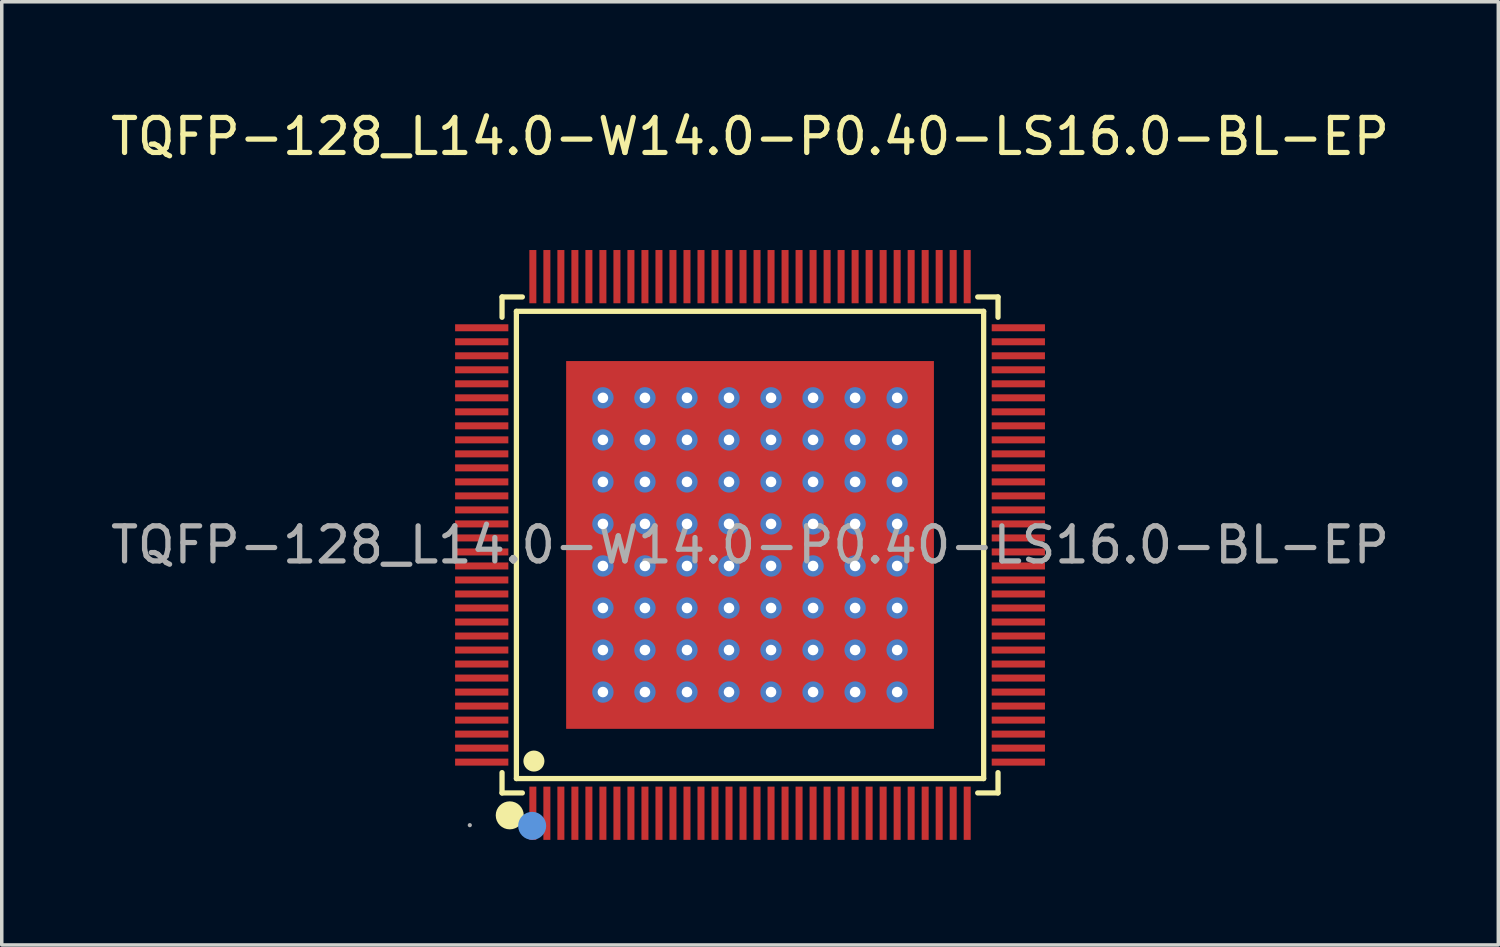
<source format=kicad_pcb>
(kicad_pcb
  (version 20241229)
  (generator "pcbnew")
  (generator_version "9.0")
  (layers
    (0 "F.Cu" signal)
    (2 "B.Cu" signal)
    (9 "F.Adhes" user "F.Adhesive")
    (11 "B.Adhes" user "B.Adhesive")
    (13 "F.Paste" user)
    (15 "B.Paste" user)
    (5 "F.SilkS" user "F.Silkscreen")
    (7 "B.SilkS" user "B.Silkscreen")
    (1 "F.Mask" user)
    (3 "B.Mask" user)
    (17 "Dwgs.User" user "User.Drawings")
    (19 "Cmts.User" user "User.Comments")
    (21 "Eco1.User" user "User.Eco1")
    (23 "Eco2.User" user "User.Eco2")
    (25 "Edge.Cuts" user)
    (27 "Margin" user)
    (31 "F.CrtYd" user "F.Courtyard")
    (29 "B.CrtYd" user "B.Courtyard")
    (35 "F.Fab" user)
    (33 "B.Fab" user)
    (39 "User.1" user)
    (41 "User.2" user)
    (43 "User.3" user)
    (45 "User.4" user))
  (footprint "TQFP-128_L14.0-W14.0-P0.40-LS16.0-BL-EP"
    (layer "F.Cu")
    (at 18.363 12.508)
    (property "Reference" "TQFP-128_L14.0-W14.0-P0.40-LS16.0-BL-EP" (at 0 -11.66 0) (layer "F.SilkS") (effects (font (size 1 1) (thickness 0.15))))
    (attr smd)
    (fp_line (start -7.08 -7.08) (end -6.5 -7.08) (stroke (width 0.15) (type solid)) (layer "F.SilkS"))
    (fp_line (start -7.08 -6.5) (end -7.08 -7.08) (stroke (width 0.15) (type solid)) (layer "F.SilkS"))
    (fp_line (start -7.08 6.5) (end -7.08 7.08) (stroke (width 0.15) (type solid)) (layer "F.SilkS"))
    (fp_line (start -7.08 7.08) (end -6.5 7.08) (stroke (width 0.15) (type solid)) (layer "F.SilkS"))
    (fp_line (start -6.67 -6.67) (end 6.67 -6.67) (stroke (width 0.15) (type solid)) (layer "F.SilkS"))
    (fp_line (start -6.67 6.67) (end -6.67 -6.67) (stroke (width 0.15) (type solid)) (layer "F.SilkS"))
    (fp_line (start 6.67 -6.67) (end 6.67 6.67) (stroke (width 0.15) (type solid)) (layer "F.SilkS"))
    (fp_line (start 6.67 6.67) (end -6.67 6.67) (stroke (width 0.15) (type solid)) (layer "F.SilkS"))
    (fp_line (start 7.08 -7.08) (end 6.5 -7.08) (stroke (width 0.15) (type solid)) (layer "F.SilkS"))
    (fp_line (start 7.08 -6.5) (end 7.08 -7.08) (stroke (width 0.15) (type solid)) (layer "F.SilkS"))
    (fp_line (start 7.08 6.5) (end 7.08 7.08) (stroke (width 0.15) (type solid)) (layer "F.SilkS"))
    (fp_line (start 7.08 7.08) (end 6.5 7.08) (stroke (width 0.15) (type solid)) (layer "F.SilkS"))
    (fp_circle (center -6.86 7.72) (end -6.66 7.72) (stroke (width 0.4) (type solid)) (fill no) (layer "F.SilkS"))
    (fp_circle (center -6.17 6.17) (end -6.02 6.17) (stroke (width 0.3) (type solid)) (fill no) (layer "F.SilkS"))
    (fp_circle (center -6.22 8.02) (end -6.02 8.02) (stroke (width 0.4) (type solid)) (fill no) (layer "Cmts.User"))
    (fp_circle (center -8 8) (end -7.97 8) (stroke (width 0.06) (type solid)) (fill no) (layer "F.Fab"))
    (fp_text user "${REFERENCE}" (at 0 0 0) (layer "F.Fab") (effects (font (size 1 1) (thickness 0.15))))
    (pad "" thru_hole circle (at -4.2 -4.2) (size 0.61 0.61) (drill 0.3) (layers "*.Cu" "*.Paste" "*.Mask"))
    (pad "" thru_hole circle (at -4.2 -3) (size 0.61 0.61) (drill 0.3) (layers "*.Cu" "*.Paste" "*.Mask"))
    (pad "" thru_hole circle (at -4.2 -1.8) (size 0.61 0.61) (drill 0.3) (layers "*.Cu" "*.Paste" "*.Mask"))
    (pad "" thru_hole circle (at -4.2 -0.6) (size 0.61 0.61) (drill 0.3) (layers "*.Cu" "*.Paste" "*.Mask"))
    (pad "" thru_hole circle (at -4.2 0.6) (size 0.61 0.61) (drill 0.3) (layers "*.Cu" "*.Paste" "*.Mask"))
    (pad "" thru_hole circle (at -4.2 1.8) (size 0.61 0.61) (drill 0.3) (layers "*.Cu" "*.Paste" "*.Mask"))
    (pad "" thru_hole circle (at -4.2 3) (size 0.61 0.61) (drill 0.3) (layers "*.Cu" "*.Paste" "*.Mask"))
    (pad "" thru_hole circle (at -4.2 4.2) (size 0.61 0.61) (drill 0.3) (layers "*.Cu" "*.Paste" "*.Mask"))
    (pad "" thru_hole circle (at -3 -4.2) (size 0.61 0.61) (drill 0.3) (layers "*.Cu" "*.Paste" "*.Mask"))
    (pad "" thru_hole circle (at -3 -3) (size 0.61 0.61) (drill 0.3) (layers "*.Cu" "*.Paste" "*.Mask"))
    (pad "" thru_hole circle (at -3 -1.8) (size 0.61 0.61) (drill 0.3) (layers "*.Cu" "*.Paste" "*.Mask"))
    (pad "" thru_hole circle (at -3 -0.6) (size 0.61 0.61) (drill 0.3) (layers "*.Cu" "*.Paste" "*.Mask"))
    (pad "" thru_hole circle (at -3 0.6) (size 0.61 0.61) (drill 0.3) (layers "*.Cu" "*.Paste" "*.Mask"))
    (pad "" thru_hole circle (at -3 1.8) (size 0.61 0.61) (drill 0.3) (layers "*.Cu" "*.Paste" "*.Mask"))
    (pad "" thru_hole circle (at -3 3) (size 0.61 0.61) (drill 0.3) (layers "*.Cu" "*.Paste" "*.Mask"))
    (pad "" thru_hole circle (at -3 4.2) (size 0.61 0.61) (drill 0.3) (layers "*.Cu" "*.Paste" "*.Mask"))
    (pad "" thru_hole circle (at -1.8 -4.2) (size 0.61 0.61) (drill 0.3) (layers "*.Cu" "*.Paste" "*.Mask"))
    (pad "" thru_hole circle (at -1.8 -3) (size 0.61 0.61) (drill 0.3) (layers "*.Cu" "*.Paste" "*.Mask"))
    (pad "" thru_hole circle (at -1.8 -1.8) (size 0.61 0.61) (drill 0.3) (layers "*.Cu" "*.Paste" "*.Mask"))
    (pad "" thru_hole circle (at -1.8 -0.6) (size 0.61 0.61) (drill 0.3) (layers "*.Cu" "*.Paste" "*.Mask"))
    (pad "" thru_hole circle (at -1.8 0.6) (size 0.61 0.61) (drill 0.3) (layers "*.Cu" "*.Paste" "*.Mask"))
    (pad "" thru_hole circle (at -1.8 1.8) (size 0.61 0.61) (drill 0.3) (layers "*.Cu" "*.Paste" "*.Mask"))
    (pad "" thru_hole circle (at -1.8 3) (size 0.61 0.61) (drill 0.3) (layers "*.Cu" "*.Paste" "*.Mask"))
    (pad "" thru_hole circle (at -1.8 4.2) (size 0.61 0.61) (drill 0.3) (layers "*.Cu" "*.Paste" "*.Mask"))
    (pad "" thru_hole circle (at -0.6 -4.2) (size 0.61 0.61) (drill 0.3) (layers "*.Cu" "*.Paste" "*.Mask"))
    (pad "" thru_hole circle (at -0.6 -3) (size 0.61 0.61) (drill 0.3) (layers "*.Cu" "*.Paste" "*.Mask"))
    (pad "" thru_hole circle (at -0.6 -1.8) (size 0.61 0.61) (drill 0.3) (layers "*.Cu" "*.Paste" "*.Mask"))
    (pad "" thru_hole circle (at -0.6 -0.6) (size 0.61 0.61) (drill 0.3) (layers "*.Cu" "*.Paste" "*.Mask"))
    (pad "" thru_hole circle (at -0.6 0.6) (size 0.61 0.61) (drill 0.3) (layers "*.Cu" "*.Paste" "*.Mask"))
    (pad "" thru_hole circle (at -0.6 1.8) (size 0.61 0.61) (drill 0.3) (layers "*.Cu" "*.Paste" "*.Mask"))
    (pad "" thru_hole circle (at -0.6 3) (size 0.61 0.61) (drill 0.3) (layers "*.Cu" "*.Paste" "*.Mask"))
    (pad "" thru_hole circle (at -0.6 4.2) (size 0.61 0.61) (drill 0.3) (layers "*.Cu" "*.Paste" "*.Mask"))
    (pad "" thru_hole circle (at 0.6 -4.2) (size 0.61 0.61) (drill 0.3) (layers "*.Cu" "*.Paste" "*.Mask"))
    (pad "" thru_hole circle (at 0.6 -3) (size 0.61 0.61) (drill 0.3) (layers "*.Cu" "*.Paste" "*.Mask"))
    (pad "" thru_hole circle (at 0.6 -1.8) (size 0.61 0.61) (drill 0.3) (layers "*.Cu" "*.Paste" "*.Mask"))
    (pad "" thru_hole circle (at 0.6 -0.6) (size 0.61 0.61) (drill 0.3) (layers "*.Cu" "*.Paste" "*.Mask"))
    (pad "" thru_hole circle (at 0.6 0.6) (size 0.61 0.61) (drill 0.3) (layers "*.Cu" "*.Paste" "*.Mask"))
    (pad "" thru_hole circle (at 0.6 1.8) (size 0.61 0.61) (drill 0.3) (layers "*.Cu" "*.Paste" "*.Mask"))
    (pad "" thru_hole circle (at 0.6 3) (size 0.61 0.61) (drill 0.3) (layers "*.Cu" "*.Paste" "*.Mask"))
    (pad "" thru_hole circle (at 0.6 4.2) (size 0.61 0.61) (drill 0.3) (layers "*.Cu" "*.Paste" "*.Mask"))
    (pad "" thru_hole circle (at 1.8 -4.2) (size 0.61 0.61) (drill 0.3) (layers "*.Cu" "*.Paste" "*.Mask"))
    (pad "" thru_hole circle (at 1.8 -3) (size 0.61 0.61) (drill 0.3) (layers "*.Cu" "*.Paste" "*.Mask"))
    (pad "" thru_hole circle (at 1.8 -1.8) (size 0.61 0.61) (drill 0.3) (layers "*.Cu" "*.Paste" "*.Mask"))
    (pad "" thru_hole circle (at 1.8 -0.6) (size 0.61 0.61) (drill 0.3) (layers "*.Cu" "*.Paste" "*.Mask"))
    (pad "" thru_hole circle (at 1.8 0.6) (size 0.61 0.61) (drill 0.3) (layers "*.Cu" "*.Paste" "*.Mask"))
    (pad "" thru_hole circle (at 1.8 1.8) (size 0.61 0.61) (drill 0.3) (layers "*.Cu" "*.Paste" "*.Mask"))
    (pad "" thru_hole circle (at 1.8 3) (size 0.61 0.61) (drill 0.3) (layers "*.Cu" "*.Paste" "*.Mask"))
    (pad "" thru_hole circle (at 1.8 4.2) (size 0.61 0.61) (drill 0.3) (layers "*.Cu" "*.Paste" "*.Mask"))
    (pad "" thru_hole circle (at 3 -4.2) (size 0.61 0.61) (drill 0.3) (layers "*.Cu" "*.Paste" "*.Mask"))
    (pad "" thru_hole circle (at 3 -3) (size 0.61 0.61) (drill 0.3) (layers "*.Cu" "*.Paste" "*.Mask"))
    (pad "" thru_hole circle (at 3 -1.8) (size 0.61 0.61) (drill 0.3) (layers "*.Cu" "*.Paste" "*.Mask"))
    (pad "" thru_hole circle (at 3 -0.6) (size 0.61 0.61) (drill 0.3) (layers "*.Cu" "*.Paste" "*.Mask"))
    (pad "" thru_hole circle (at 3 0.6) (size 0.61 0.61) (drill 0.3) (layers "*.Cu" "*.Paste" "*.Mask"))
    (pad "" thru_hole circle (at 3 1.8) (size 0.61 0.61) (drill 0.3) (layers "*.Cu" "*.Paste" "*.Mask"))
    (pad "" thru_hole circle (at 3 3) (size 0.61 0.61) (drill 0.3) (layers "*.Cu" "*.Paste" "*.Mask"))
    (pad "" thru_hole circle (at 3 4.2) (size 0.61 0.61) (drill 0.3) (layers "*.Cu" "*.Paste" "*.Mask"))
    (pad "" thru_hole circle (at 4.2 -4.2) (size 0.61 0.61) (drill 0.3) (layers "*.Cu" "*.Paste" "*.Mask"))
    (pad "" thru_hole circle (at 4.2 -3) (size 0.61 0.61) (drill 0.3) (layers "*.Cu" "*.Paste" "*.Mask"))
    (pad "" thru_hole circle (at 4.2 -1.8) (size 0.61 0.61) (drill 0.3) (layers "*.Cu" "*.Paste" "*.Mask"))
    (pad "" thru_hole circle (at 4.2 -0.6) (size 0.61 0.61) (drill 0.3) (layers "*.Cu" "*.Paste" "*.Mask"))
    (pad "" thru_hole circle (at 4.2 0.6) (size 0.61 0.61) (drill 0.3) (layers "*.Cu" "*.Paste" "*.Mask"))
    (pad "" thru_hole circle (at 4.2 1.8) (size 0.61 0.61) (drill 0.3) (layers "*.Cu" "*.Paste" "*.Mask"))
    (pad "" thru_hole circle (at 4.2 3) (size 0.61 0.61) (drill 0.3) (layers "*.Cu" "*.Paste" "*.Mask"))
    (pad "" thru_hole circle (at 4.2 4.2) (size 0.61 0.61) (drill 0.3) (layers "*.Cu" "*.Paste" "*.Mask"))
    (pad "1" smd rect (at -6.2 7.66) (size 0.2 1.52) (layers "F.Cu" "F.Mask" "F.Paste"))
    (pad "2" smd rect (at -5.8 7.66) (size 0.2 1.52) (layers "F.Cu" "F.Mask" "F.Paste"))
    (pad "3" smd rect (at -5.4 7.66) (size 0.2 1.52) (layers "F.Cu" "F.Mask" "F.Paste"))
    (pad "4" smd rect (at -5 7.66) (size 0.2 1.52) (layers "F.Cu" "F.Mask" "F.Paste"))
    (pad "5" smd rect (at -4.6 7.66) (size 0.2 1.52) (layers "F.Cu" "F.Mask" "F.Paste"))
    (pad "6" smd rect (at -4.2 7.66) (size 0.2 1.52) (layers "F.Cu" "F.Mask" "F.Paste"))
    (pad "7" smd rect (at -3.8 7.66) (size 0.2 1.52) (layers "F.Cu" "F.Mask" "F.Paste"))
    (pad "8" smd rect (at -3.4 7.66) (size 0.2 1.52) (layers "F.Cu" "F.Mask" "F.Paste"))
    (pad "9" smd rect (at -3 7.66) (size 0.2 1.52) (layers "F.Cu" "F.Mask" "F.Paste"))
    (pad "10" smd rect (at -2.6 7.66) (size 0.2 1.52) (layers "F.Cu" "F.Mask" "F.Paste"))
    (pad "11" smd rect (at -2.2 7.66) (size 0.2 1.52) (layers "F.Cu" "F.Mask" "F.Paste"))
    (pad "12" smd rect (at -1.8 7.66) (size 0.2 1.52) (layers "F.Cu" "F.Mask" "F.Paste"))
    (pad "13" smd rect (at -1.4 7.66) (size 0.2 1.52) (layers "F.Cu" "F.Mask" "F.Paste"))
    (pad "14" smd rect (at -1 7.66) (size 0.2 1.52) (layers "F.Cu" "F.Mask" "F.Paste"))
    (pad "15" smd rect (at -0.6 7.66) (size 0.2 1.52) (layers "F.Cu" "F.Mask" "F.Paste"))
    (pad "16" smd rect (at -0.2 7.66) (size 0.2 1.52) (layers "F.Cu" "F.Mask" "F.Paste"))
    (pad "17" smd rect (at 0.2 7.66) (size 0.2 1.52) (layers "F.Cu" "F.Mask" "F.Paste"))
    (pad "18" smd rect (at 0.6 7.66) (size 0.2 1.52) (layers "F.Cu" "F.Mask" "F.Paste"))
    (pad "19" smd rect (at 1 7.66) (size 0.2 1.52) (layers "F.Cu" "F.Mask" "F.Paste"))
    (pad "20" smd rect (at 1.4 7.66) (size 0.2 1.52) (layers "F.Cu" "F.Mask" "F.Paste"))
    (pad "21" smd rect (at 1.8 7.66) (size 0.2 1.52) (layers "F.Cu" "F.Mask" "F.Paste"))
    (pad "22" smd rect (at 2.2 7.66) (size 0.2 1.52) (layers "F.Cu" "F.Mask" "F.Paste"))
    (pad "23" smd rect (at 2.6 7.66) (size 0.2 1.52) (layers "F.Cu" "F.Mask" "F.Paste"))
    (pad "24" smd rect (at 3 7.66) (size 0.2 1.52) (layers "F.Cu" "F.Mask" "F.Paste"))
    (pad "25" smd rect (at 3.4 7.66) (size 0.2 1.52) (layers "F.Cu" "F.Mask" "F.Paste"))
    (pad "26" smd rect (at 3.8 7.66) (size 0.2 1.52) (layers "F.Cu" "F.Mask" "F.Paste"))
    (pad "27" smd rect (at 4.2 7.66) (size 0.2 1.52) (layers "F.Cu" "F.Mask" "F.Paste"))
    (pad "28" smd rect (at 4.6 7.66) (size 0.2 1.52) (layers "F.Cu" "F.Mask" "F.Paste"))
    (pad "29" smd rect (at 5 7.66) (size 0.2 1.52) (layers "F.Cu" "F.Mask" "F.Paste"))
    (pad "30" smd rect (at 5.4 7.66) (size 0.2 1.52) (layers "F.Cu" "F.Mask" "F.Paste"))
    (pad "31" smd rect (at 5.8 7.66) (size 0.2 1.52) (layers "F.Cu" "F.Mask" "F.Paste"))
    (pad "32" smd rect (at 6.2 7.66) (size 0.2 1.52) (layers "F.Cu" "F.Mask" "F.Paste"))
    (pad "33" smd rect (at 7.66 6.2) (size 1.52 0.2) (layers "F.Cu" "F.Mask" "F.Paste"))
    (pad "34" smd rect (at 7.66 5.8) (size 1.52 0.2) (layers "F.Cu" "F.Mask" "F.Paste"))
    (pad "35" smd rect (at 7.66 5.4) (size 1.52 0.2) (layers "F.Cu" "F.Mask" "F.Paste"))
    (pad "36" smd rect (at 7.66 5) (size 1.52 0.2) (layers "F.Cu" "F.Mask" "F.Paste"))
    (pad "37" smd rect (at 7.66 4.6) (size 1.52 0.2) (layers "F.Cu" "F.Mask" "F.Paste"))
    (pad "38" smd rect (at 7.66 4.2) (size 1.52 0.2) (layers "F.Cu" "F.Mask" "F.Paste"))
    (pad "39" smd rect (at 7.66 3.8) (size 1.52 0.2) (layers "F.Cu" "F.Mask" "F.Paste"))
    (pad "40" smd rect (at 7.66 3.4) (size 1.52 0.2) (layers "F.Cu" "F.Mask" "F.Paste"))
    (pad "41" smd rect (at 7.66 3) (size 1.52 0.2) (layers "F.Cu" "F.Mask" "F.Paste"))
    (pad "42" smd rect (at 7.66 2.6) (size 1.52 0.2) (layers "F.Cu" "F.Mask" "F.Paste"))
    (pad "43" smd rect (at 7.66 2.2) (size 1.52 0.2) (layers "F.Cu" "F.Mask" "F.Paste"))
    (pad "44" smd rect (at 7.66 1.8) (size 1.52 0.2) (layers "F.Cu" "F.Mask" "F.Paste"))
    (pad "45" smd rect (at 7.66 1.4) (size 1.52 0.2) (layers "F.Cu" "F.Mask" "F.Paste"))
    (pad "46" smd rect (at 7.66 1) (size 1.52 0.2) (layers "F.Cu" "F.Mask" "F.Paste"))
    (pad "47" smd rect (at 7.66 0.6) (size 1.52 0.2) (layers "F.Cu" "F.Mask" "F.Paste"))
    (pad "48" smd rect (at 7.66 0.2) (size 1.52 0.2) (layers "F.Cu" "F.Mask" "F.Paste"))
    (pad "49" smd rect (at 7.66 -0.2) (size 1.52 0.2) (layers "F.Cu" "F.Mask" "F.Paste"))
    (pad "50" smd rect (at 7.66 -0.6) (size 1.52 0.2) (layers "F.Cu" "F.Mask" "F.Paste"))
    (pad "51" smd rect (at 7.66 -1) (size 1.52 0.2) (layers "F.Cu" "F.Mask" "F.Paste"))
    (pad "52" smd rect (at 7.66 -1.4) (size 1.52 0.2) (layers "F.Cu" "F.Mask" "F.Paste"))
    (pad "53" smd rect (at 7.66 -1.8) (size 1.52 0.2) (layers "F.Cu" "F.Mask" "F.Paste"))
    (pad "54" smd rect (at 7.66 -2.2) (size 1.52 0.2) (layers "F.Cu" "F.Mask" "F.Paste"))
    (pad "55" smd rect (at 7.66 -2.6) (size 1.52 0.2) (layers "F.Cu" "F.Mask" "F.Paste"))
    (pad "56" smd rect (at 7.66 -3) (size 1.52 0.2) (layers "F.Cu" "F.Mask" "F.Paste"))
    (pad "57" smd rect (at 7.66 -3.4) (size 1.52 0.2) (layers "F.Cu" "F.Mask" "F.Paste"))
    (pad "58" smd rect (at 7.66 -3.8) (size 1.52 0.2) (layers "F.Cu" "F.Mask" "F.Paste"))
    (pad "59" smd rect (at 7.66 -4.2) (size 1.52 0.2) (layers "F.Cu" "F.Mask" "F.Paste"))
    (pad "60" smd rect (at 7.66 -4.6) (size 1.52 0.2) (layers "F.Cu" "F.Mask" "F.Paste"))
    (pad "61" smd rect (at 7.66 -5) (size 1.52 0.2) (layers "F.Cu" "F.Mask" "F.Paste"))
    (pad "62" smd rect (at 7.66 -5.4) (size 1.52 0.2) (layers "F.Cu" "F.Mask" "F.Paste"))
    (pad "63" smd rect (at 7.66 -5.8) (size 1.52 0.2) (layers "F.Cu" "F.Mask" "F.Paste"))
    (pad "64" smd rect (at 7.66 -6.2) (size 1.52 0.2) (layers "F.Cu" "F.Mask" "F.Paste"))
    (pad "65" smd rect (at 6.2 -7.66) (size 0.2 1.52) (layers "F.Cu" "F.Mask" "F.Paste"))
    (pad "66" smd rect (at 5.8 -7.66) (size 0.2 1.52) (layers "F.Cu" "F.Mask" "F.Paste"))
    (pad "67" smd rect (at 5.4 -7.66) (size 0.2 1.52) (layers "F.Cu" "F.Mask" "F.Paste"))
    (pad "68" smd rect (at 5 -7.66) (size 0.2 1.52) (layers "F.Cu" "F.Mask" "F.Paste"))
    (pad "69" smd rect (at 4.6 -7.66) (size 0.2 1.52) (layers "F.Cu" "F.Mask" "F.Paste"))
    (pad "70" smd rect (at 4.2 -7.66) (size 0.2 1.52) (layers "F.Cu" "F.Mask" "F.Paste"))
    (pad "71" smd rect (at 3.8 -7.66) (size 0.2 1.52) (layers "F.Cu" "F.Mask" "F.Paste"))
    (pad "72" smd rect (at 3.4 -7.66) (size 0.2 1.52) (layers "F.Cu" "F.Mask" "F.Paste"))
    (pad "73" smd rect (at 3 -7.66) (size 0.2 1.52) (layers "F.Cu" "F.Mask" "F.Paste"))
    (pad "74" smd rect (at 2.6 -7.66) (size 0.2 1.52) (layers "F.Cu" "F.Mask" "F.Paste"))
    (pad "75" smd rect (at 2.2 -7.66) (size 0.2 1.52) (layers "F.Cu" "F.Mask" "F.Paste"))
    (pad "76" smd rect (at 1.8 -7.66) (size 0.2 1.52) (layers "F.Cu" "F.Mask" "F.Paste"))
    (pad "77" smd rect (at 1.4 -7.66) (size 0.2 1.52) (layers "F.Cu" "F.Mask" "F.Paste"))
    (pad "78" smd rect (at 1 -7.66) (size 0.2 1.52) (layers "F.Cu" "F.Mask" "F.Paste"))
    (pad "79" smd rect (at 0.6 -7.66) (size 0.2 1.52) (layers "F.Cu" "F.Mask" "F.Paste"))
    (pad "80" smd rect (at 0.2 -7.66) (size 0.2 1.52) (layers "F.Cu" "F.Mask" "F.Paste"))
    (pad "81" smd rect (at -0.2 -7.66) (size 0.2 1.52) (layers "F.Cu" "F.Mask" "F.Paste"))
    (pad "82" smd rect (at -0.6 -7.66) (size 0.2 1.52) (layers "F.Cu" "F.Mask" "F.Paste"))
    (pad "83" smd rect (at -1 -7.66) (size 0.2 1.52) (layers "F.Cu" "F.Mask" "F.Paste"))
    (pad "84" smd rect (at -1.4 -7.66) (size 0.2 1.52) (layers "F.Cu" "F.Mask" "F.Paste"))
    (pad "85" smd rect (at -1.8 -7.66) (size 0.2 1.52) (layers "F.Cu" "F.Mask" "F.Paste"))
    (pad "86" smd rect (at -2.2 -7.66) (size 0.2 1.52) (layers "F.Cu" "F.Mask" "F.Paste"))
    (pad "87" smd rect (at -2.6 -7.66) (size 0.2 1.52) (layers "F.Cu" "F.Mask" "F.Paste"))
    (pad "88" smd rect (at -3 -7.66) (size 0.2 1.52) (layers "F.Cu" "F.Mask" "F.Paste"))
    (pad "89" smd rect (at -3.4 -7.66) (size 0.2 1.52) (layers "F.Cu" "F.Mask" "F.Paste"))
    (pad "90" smd rect (at -3.8 -7.66) (size 0.2 1.52) (layers "F.Cu" "F.Mask" "F.Paste"))
    (pad "91" smd rect (at -4.2 -7.66) (size 0.2 1.52) (layers "F.Cu" "F.Mask" "F.Paste"))
    (pad "92" smd rect (at -4.6 -7.66) (size 0.2 1.52) (layers "F.Cu" "F.Mask" "F.Paste"))
    (pad "93" smd rect (at -5 -7.66) (size 0.2 1.52) (layers "F.Cu" "F.Mask" "F.Paste"))
    (pad "94" smd rect (at -5.4 -7.66) (size 0.2 1.52) (layers "F.Cu" "F.Mask" "F.Paste"))
    (pad "95" smd rect (at -5.8 -7.66) (size 0.2 1.52) (layers "F.Cu" "F.Mask" "F.Paste"))
    (pad "96" smd rect (at -6.2 -7.66) (size 0.2 1.52) (layers "F.Cu" "F.Mask" "F.Paste"))
    (pad "97" smd rect (at -7.66 -6.2) (size 1.52 0.2) (layers "F.Cu" "F.Mask" "F.Paste"))
    (pad "98" smd rect (at -7.66 -5.8) (size 1.52 0.2) (layers "F.Cu" "F.Mask" "F.Paste"))
    (pad "99" smd rect (at -7.66 -5.4) (size 1.52 0.2) (layers "F.Cu" "F.Mask" "F.Paste"))
    (pad "100" smd rect (at -7.66 -5) (size 1.52 0.2) (layers "F.Cu" "F.Mask" "F.Paste"))
    (pad "101" smd rect (at -7.66 -4.6) (size 1.52 0.2) (layers "F.Cu" "F.Mask" "F.Paste"))
    (pad "102" smd rect (at -7.66 -4.2) (size 1.52 0.2) (layers "F.Cu" "F.Mask" "F.Paste"))
    (pad "103" smd rect (at -7.66 -3.8) (size 1.52 0.2) (layers "F.Cu" "F.Mask" "F.Paste"))
    (pad "104" smd rect (at -7.66 -3.4) (size 1.52 0.2) (layers "F.Cu" "F.Mask" "F.Paste"))
    (pad "105" smd rect (at -7.66 -3) (size 1.52 0.2) (layers "F.Cu" "F.Mask" "F.Paste"))
    (pad "106" smd rect (at -7.66 -2.6) (size 1.52 0.2) (layers "F.Cu" "F.Mask" "F.Paste"))
    (pad "107" smd rect (at -7.66 -2.2) (size 1.52 0.2) (layers "F.Cu" "F.Mask" "F.Paste"))
    (pad "108" smd rect (at -7.66 -1.8) (size 1.52 0.2) (layers "F.Cu" "F.Mask" "F.Paste"))
    (pad "109" smd rect (at -7.66 -1.4) (size 1.52 0.2) (layers "F.Cu" "F.Mask" "F.Paste"))
    (pad "110" smd rect (at -7.66 -1) (size 1.52 0.2) (layers "F.Cu" "F.Mask" "F.Paste"))
    (pad "111" smd rect (at -7.66 -0.6) (size 1.52 0.2) (layers "F.Cu" "F.Mask" "F.Paste"))
    (pad "112" smd rect (at -7.66 -0.2) (size 1.52 0.2) (layers "F.Cu" "F.Mask" "F.Paste"))
    (pad "113" smd rect (at -7.66 0.2) (size 1.52 0.2) (layers "F.Cu" "F.Mask" "F.Paste"))
    (pad "114" smd rect (at -7.66 0.6) (size 1.52 0.2) (layers "F.Cu" "F.Mask" "F.Paste"))
    (pad "115" smd rect (at -7.66 1) (size 1.52 0.2) (layers "F.Cu" "F.Mask" "F.Paste"))
    (pad "116" smd rect (at -7.66 1.4) (size 1.52 0.2) (layers "F.Cu" "F.Mask" "F.Paste"))
    (pad "117" smd rect (at -7.66 1.8) (size 1.52 0.2) (layers "F.Cu" "F.Mask" "F.Paste"))
    (pad "118" smd rect (at -7.66 2.2) (size 1.52 0.2) (layers "F.Cu" "F.Mask" "F.Paste"))
    (pad "119" smd rect (at -7.66 2.6) (size 1.52 0.2) (layers "F.Cu" "F.Mask" "F.Paste"))
    (pad "120" smd rect (at -7.66 3) (size 1.52 0.2) (layers "F.Cu" "F.Mask" "F.Paste"))
    (pad "121" smd rect (at -7.66 3.4) (size 1.52 0.2) (layers "F.Cu" "F.Mask" "F.Paste"))
    (pad "122" smd rect (at -7.66 3.8) (size 1.52 0.2) (layers "F.Cu" "F.Mask" "F.Paste"))
    (pad "123" smd rect (at -7.66 4.2) (size 1.52 0.2) (layers "F.Cu" "F.Mask" "F.Paste"))
    (pad "124" smd rect (at -7.66 4.6) (size 1.52 0.2) (layers "F.Cu" "F.Mask" "F.Paste"))
    (pad "125" smd rect (at -7.66 5) (size 1.52 0.2) (layers "F.Cu" "F.Mask" "F.Paste"))
    (pad "126" smd rect (at -7.66 5.4) (size 1.52 0.2) (layers "F.Cu" "F.Mask" "F.Paste"))
    (pad "127" smd rect (at -7.66 5.8) (size 1.52 0.2) (layers "F.Cu" "F.Mask" "F.Paste"))
    (pad "128" smd rect (at -7.66 6.2) (size 1.52 0.2) (layers "F.Cu" "F.Mask" "F.Paste"))
    (pad "129" smd rect (at 0 0) (size 10.5 10.5) (layers "F.Cu" "F.Mask" "F.Paste")))
  (gr_rect
    (start -3 -3)
    (end 39.726 23.928)
    (stroke (width 0.1) (type default))
    (fill no)
    (layer "Edge.Cuts")))
</source>
